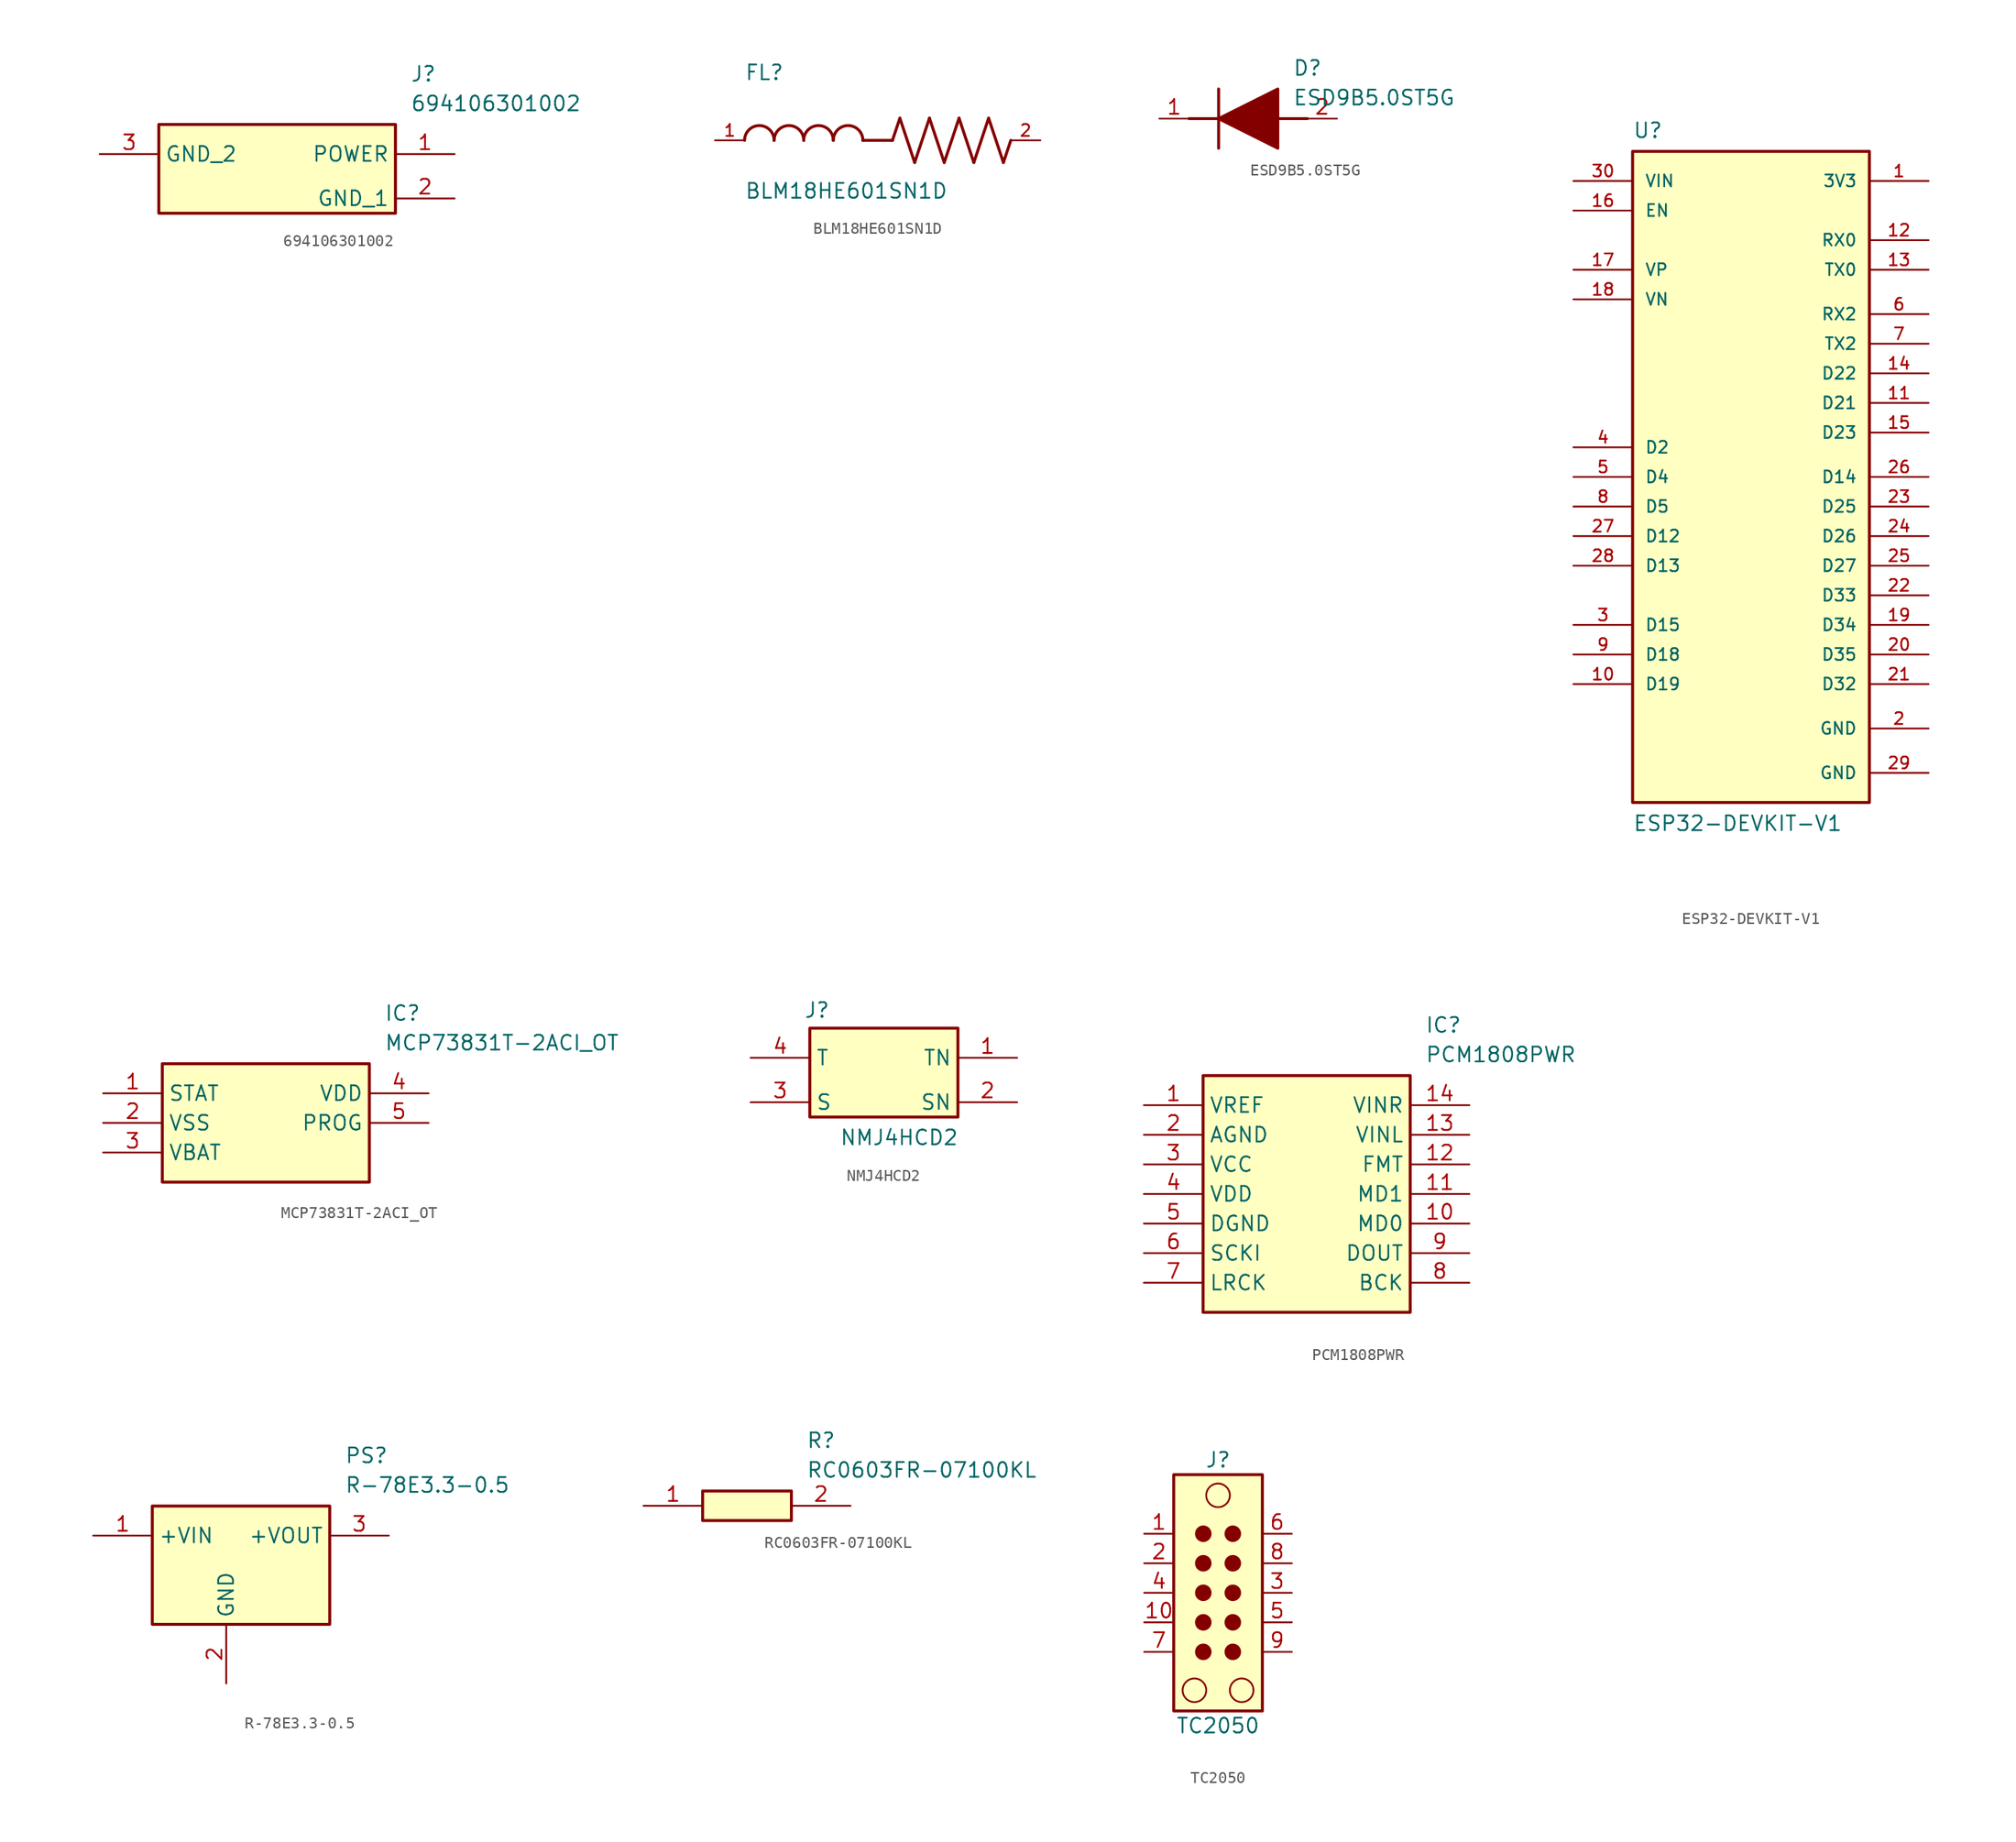
<source format=kicad_sym>
(kicad_symbol_lib
  (version 20241209)
  (generator "kicad_symbol_editor")
  (generator_version "9.0")
  (symbol "694106301002"
    (property "Reference" "J"
      (at 26.67 7.62 0)
      (effects (font (size 1.27 1.27)) (justify left top)))
    (property "Value" "694106301002"
      (at 26.67 5.08 0)
      (effects (font (size 1.27 1.27)) (justify left top)))
    (symbol "694106301002_1_1"
      (rectangle (start 5.08 2.54) (end 25.4 -5.08) (stroke (width 0.254) (type default)) (fill (type background)))
      (pin passive line (at 0 0 0) (length 5.08) (name "GND_2" (effects (font (size 1.27 1.27)))) (number "3" (effects (font (size 1.27 1.27)))))
      (pin passive line (at 30.48 0 180) (length 5.08) (name "POWER" (effects (font (size 1.27 1.27)))) (number "1" (effects (font (size 1.27 1.27)))))
      (pin passive line (at 30.48 -3.81 180) (length 5.08) (name "GND_1" (effects (font (size 1.27 1.27)))) (number "2" (effects (font (size 1.27 1.27)))))))
  (symbol "BLM18HE601SN1D"
    (pin_names
      (offset 1.016))
    (property "Reference" "FL"
      (at -12.704 5.082 0)
      (effects (font (size 1.27 1.27)) (justify left bottom)))
    (property "Value" "BLM18HE601SN1D"
      (at -12.71 -5.087 0)
      (effects (font (size 1.27 1.27)) (justify left bottom)))
    (symbol "BLM18HE601SN1D_0_0"
      (arc (start -12.7 0) (mid -11.43 1.2645) (end -10.16 0) (stroke (width 0.254) (type default)) (fill (type none)))
      (arc (start -10.16 0) (mid -8.89 1.2645) (end -7.62 0) (stroke (width 0.254) (type default)) (fill (type none)))
      (arc (start -7.62 0) (mid -6.35 1.2645) (end -5.08 0) (stroke (width 0.254) (type default)) (fill (type none)))
      (arc (start -5.08 0) (mid -3.81 1.2645) (end -2.54 0) (stroke (width 0.254) (type default)) (fill (type none)))
      (polyline (pts (xy 0 0) (xy -2.54 0)) (stroke (width 0.254) (type default)) (fill (type none)))
      (polyline (pts (xy 0 0) (xy 0.635 1.905)) (stroke (width 0.254) (type default)) (fill (type none)))
      (polyline (pts (xy 0.635 1.905) (xy 1.905 -1.905)) (stroke (width 0.254) (type default)) (fill (type none)))
      (polyline (pts (xy 1.905 -1.905) (xy 3.175 1.905)) (stroke (width 0.254) (type default)) (fill (type none)))
      (polyline (pts (xy 3.175 1.905) (xy 4.445 -1.905)) (stroke (width 0.254) (type default)) (fill (type none)))
      (polyline (pts (xy 4.445 -1.905) (xy 5.715 1.905)) (stroke (width 0.254) (type default)) (fill (type none)))
      (polyline (pts (xy 5.715 1.905) (xy 6.985 -1.905)) (stroke (width 0.254) (type default)) (fill (type none)))
      (polyline (pts (xy 6.985 -1.905) (xy 8.255 1.905)) (stroke (width 0.254) (type default)) (fill (type none)))
      (polyline (pts (xy 8.255 1.905) (xy 9.525 -1.905)) (stroke (width 0.254) (type default)) (fill (type none)))
      (polyline (pts (xy 9.525 -1.905) (xy 10.16 0)) (stroke (width 0.254) (type default)) (fill (type none)))
      (pin passive line (at -15.24 0 0) (length 2.54) (name "~" (effects (font (size 1.016 1.016)))) (number "1" (effects (font (size 1.016 1.016)))))
      (pin passive line (at 12.7 0 180) (length 2.54) (name "~" (effects (font (size 1.016 1.016)))) (number "2" (effects (font (size 1.016 1.016)))))))
  (symbol "ESD9B5.0ST5G"
    (pin_names
      (hide yes))
    (property "Reference" "D"
      (at 11.43 5.08 0)
      (effects (font (size 1.27 1.27)) (justify left top)))
    (property "Value" "ESD9B5.0ST5G"
      (at 11.43 2.54 0)
      (effects (font (size 1.27 1.27)) (justify left top)))
    (symbol "ESD9B5.0ST5G_1_1"
      (polyline (pts (xy 2.54 0) (xy 5.08 0)) (stroke (width 0.254) (type default)) (fill (type none)))
      (polyline (pts (xy 5.08 2.54) (xy 5.08 -2.54)) (stroke (width 0.254) (type default)) (fill (type none)))
      (polyline (pts (xy 5.08 0) (xy 10.16 2.54) (xy 10.16 -2.54) (xy 5.08 0)) (stroke (width 0.254) (type default)) (fill (type outline)))
      (polyline (pts (xy 10.16 0) (xy 12.7 0)) (stroke (width 0.254) (type default)) (fill (type none)))
      (pin passive line (at 0 0 0) (length 2.54) (name "K" (effects (font (size 1.27 1.27)))) (number "1" (effects (font (size 1.27 1.27)))))
      (pin passive line (at 15.24 0 180) (length 2.54) (name "A" (effects (font (size 1.27 1.27)))) (number "2" (effects (font (size 1.27 1.27)))))))
  (symbol "ESP32-DEVKIT-V1"
    (pin_names
      (offset 1.016))
    (property "Reference" "U"
      (at -10.16 30.48 0)
      (effects (font (size 1.27 1.27)) (justify left top)))
    (property "Value" "ESP32-DEVKIT-V1"
      (at -10.16 -30.48 0)
      (effects (font (size 1.27 1.27)) (justify left bottom)))
    (symbol "ESP32-DEVKIT-V1_0_0"
      (rectangle (start -10.16 -27.94) (end 10.16 27.94) (stroke (width 0.254) (type default)) (fill (type background)))
      (pin input line (at -15.24 25.4 0) (length 5.08) (name "VIN" (effects (font (size 1.016 1.016)))) (number "30" (effects (font (size 1.016 1.016)))))
      (pin input line (at -15.24 22.86 0) (length 5.08) (name "EN" (effects (font (size 1.016 1.016)))) (number "16" (effects (font (size 1.016 1.016)))))
      (pin bidirectional line (at -15.24 17.78 0) (length 5.08) (name "VP" (effects (font (size 1.016 1.016)))) (number "17" (effects (font (size 1.016 1.016)))))
      (pin bidirectional line (at -15.24 15.24 0) (length 5.08) (name "VN" (effects (font (size 1.016 1.016)))) (number "18" (effects (font (size 1.016 1.016)))))
      (pin bidirectional line (at -15.24 2.54 0) (length 5.08) (name "D2" (effects (font (size 1.016 1.016)))) (number "4" (effects (font (size 1.016 1.016)))))
      (pin bidirectional line (at -15.24 0 0) (length 5.08) (name "D4" (effects (font (size 1.016 1.016)))) (number "5" (effects (font (size 1.016 1.016)))))
      (pin bidirectional line (at -15.24 -2.54 0) (length 5.08) (name "D5" (effects (font (size 1.016 1.016)))) (number "8" (effects (font (size 1.016 1.016)))))
      (pin bidirectional line (at -15.24 -5.08 0) (length 5.08) (name "D12" (effects (font (size 1.016 1.016)))) (number "27" (effects (font (size 1.016 1.016)))))
      (pin bidirectional line (at -15.24 -7.62 0) (length 5.08) (name "D13" (effects (font (size 1.016 1.016)))) (number "28" (effects (font (size 1.016 1.016)))))
      (pin bidirectional line (at -15.24 -12.7 0) (length 5.08) (name "D15" (effects (font (size 1.016 1.016)))) (number "3" (effects (font (size 1.016 1.016)))))
      (pin bidirectional line (at -15.24 -15.24 0) (length 5.08) (name "D18" (effects (font (size 1.016 1.016)))) (number "9" (effects (font (size 1.016 1.016)))))
      (pin bidirectional line (at -15.24 -17.78 0) (length 5.08) (name "D19" (effects (font (size 1.016 1.016)))) (number "10" (effects (font (size 1.016 1.016)))))
      (pin input line (at 15.24 20.32 180) (length 5.08) (name "RX0" (effects (font (size 1.016 1.016)))) (number "12" (effects (font (size 1.016 1.016)))))
      (pin output line (at 15.24 17.78 180) (length 5.08) (name "TX0" (effects (font (size 1.016 1.016)))) (number "13" (effects (font (size 1.016 1.016)))))
      (pin input line (at 15.24 13.97 180) (length 5.08) (name "RX2" (effects (font (size 1.016 1.016)))) (number "6" (effects (font (size 1.016 1.016)))))
      (pin output line (at 15.24 11.43 180) (length 5.08) (name "TX2" (effects (font (size 1.016 1.016)))) (number "7" (effects (font (size 1.016 1.016)))))
      (pin bidirectional line (at 15.24 8.89 180) (length 5.08) (name "D22" (effects (font (size 1.016 1.016)))) (number "14" (effects (font (size 1.016 1.016)))))
      (pin bidirectional line (at 15.24 3.81 180) (length 5.08) (name "D23" (effects (font (size 1.016 1.016)))) (number "15" (effects (font (size 1.016 1.016)))))
      (pin bidirectional line (at 15.24 -2.54 180) (length 5.08) (name "D25" (effects (font (size 1.016 1.016)))) (number "23" (effects (font (size 1.016 1.016)))))
      (pin bidirectional line (at 15.24 -5.08 180) (length 5.08) (name "D26" (effects (font (size 1.016 1.016)))) (number "24" (effects (font (size 1.016 1.016)))))
      (pin bidirectional line (at 15.24 -7.62 180) (length 5.08) (name "D27" (effects (font (size 1.016 1.016)))) (number "25" (effects (font (size 1.016 1.016)))))
      (pin bidirectional line (at 15.24 -10.16 180) (length 5.08) (name "D33" (effects (font (size 1.016 1.016)))) (number "22" (effects (font (size 1.016 1.016)))))
      (pin bidirectional line (at 15.24 -12.7 180) (length 5.08) (name "D34" (effects (font (size 1.016 1.016)))) (number "19" (effects (font (size 1.016 1.016)))))
      (pin bidirectional line (at 15.24 -15.24 180) (length 5.08) (name "D35" (effects (font (size 1.016 1.016)))) (number "20" (effects (font (size 1.016 1.016)))))
      (pin bidirectional line (at 15.24 -17.78 180) (length 5.08) (name "D32" (effects (font (size 1.016 1.016)))) (number "21" (effects (font (size 1.016 1.016)))))
      (pin power_in line (at 15.24 -21.59 180) (length 5.08) (name "GND" (effects (font (size 1.016 1.016)))) (number "2" (effects (font (size 1.016 1.016)))))
      (pin power_in line (at 15.24 -25.4 180) (length 5.08) (name "GND" (effects (font (size 1.016 1.016)))) (number "29" (effects (font (size 1.016 1.016))))))
    (symbol "ESP32-DEVKIT-V1_1_0"
      (pin power_out line (at 15.24 25.4 180) (length 5.08) (name "3V3" (effects (font (size 1.016 1.016)))) (number "1" (effects (font (size 1.016 1.016)))))
      (pin bidirectional line (at 15.24 6.35 180) (length 5.08) (name "D21" (effects (font (size 1.016 1.016)))) (number "11" (effects (font (size 1.016 1.016)))))
      (pin bidirectional line (at 15.24 0 180) (length 5.08) (name "D14" (effects (font (size 1.016 1.016)))) (number "26" (effects (font (size 1.016 1.016)))))))
  (symbol "MCP73831T-2ACI_OT"
    (property "Reference" "IC"
      (at 24.13 7.62 0)
      (effects (font (size 1.27 1.27)) (justify left top)))
    (property "Value" "MCP73831T-2ACI_OT"
      (at 24.13 5.08 0)
      (effects (font (size 1.27 1.27)) (justify left top)))
    (symbol "MCP73831T-2ACI_OT_1_1"
      (rectangle (start 5.08 2.54) (end 22.86 -7.62) (stroke (width 0.254) (type default)) (fill (type background)))
      (pin passive line (at 0 0 0) (length 5.08) (name "STAT" (effects (font (size 1.27 1.27)))) (number "1" (effects (font (size 1.27 1.27)))))
      (pin passive line (at 0 -2.54 0) (length 5.08) (name "VSS" (effects (font (size 1.27 1.27)))) (number "2" (effects (font (size 1.27 1.27)))))
      (pin passive line (at 0 -5.08 0) (length 5.08) (name "VBAT" (effects (font (size 1.27 1.27)))) (number "3" (effects (font (size 1.27 1.27)))))
      (pin passive line (at 27.94 0 180) (length 5.08) (name "VDD" (effects (font (size 1.27 1.27)))) (number "4" (effects (font (size 1.27 1.27)))))
      (pin passive line (at 27.94 -2.54 180) (length 5.08) (name "PROG" (effects (font (size 1.27 1.27)))) (number "5" (effects (font (size 1.27 1.27)))))))
  (symbol "NMJ4HCD2"
    (property "Reference" "J"
      (at 4.572 4.826 0)
      (effects (font (size 1.27 1.27)) (justify left top)))
    (property "Value" "NMJ4HCD2"
      (at 7.62 -6.096 0)
      (effects (font (size 1.27 1.27)) (justify left top)))
    (symbol "NMJ4HCD2_1_1"
      (rectangle (start 5.08 2.54) (end 17.78 -5.08) (stroke (width 0.254) (type default)) (fill (type background)))
      (pin passive line (at 0 0 0) (length 5.08) (name "T" (effects (font (size 1.27 1.27)))) (number "4" (effects (font (size 1.27 1.27)))))
      (pin passive line (at 0 -3.81 0) (length 5.08) (name "S" (effects (font (size 1.27 1.27)))) (number "3" (effects (font (size 1.27 1.27)))))
      (pin passive line (at 22.86 0 180) (length 5.08) (name "TN" (effects (font (size 1.27 1.27)))) (number "1" (effects (font (size 1.27 1.27)))))
      (pin passive line (at 22.86 -3.81 180) (length 5.08) (name "SN" (effects (font (size 1.27 1.27)))) (number "2" (effects (font (size 1.27 1.27)))))))
  (symbol "PCM1808PWR"
    (property "Reference" "IC"
      (at 24.13 7.62 0)
      (effects (font (size 1.27 1.27)) (justify left top)))
    (property "Value" "PCM1808PWR"
      (at 24.13 5.08 0)
      (effects (font (size 1.27 1.27)) (justify left top)))
    (symbol "PCM1808PWR_1_1"
      (rectangle (start 5.08 2.54) (end 22.86 -17.78) (stroke (width 0.254) (type default)) (fill (type background)))
      (pin passive line (at 0 0 0) (length 5.08) (name "VREF" (effects (font (size 1.27 1.27)))) (number "1" (effects (font (size 1.27 1.27)))))
      (pin passive line (at 0 -2.54 0) (length 5.08) (name "AGND" (effects (font (size 1.27 1.27)))) (number "2" (effects (font (size 1.27 1.27)))))
      (pin passive line (at 0 -5.08 0) (length 5.08) (name "VCC" (effects (font (size 1.27 1.27)))) (number "3" (effects (font (size 1.27 1.27)))))
      (pin passive line (at 0 -7.62 0) (length 5.08) (name "VDD" (effects (font (size 1.27 1.27)))) (number "4" (effects (font (size 1.27 1.27)))))
      (pin passive line (at 0 -10.16 0) (length 5.08) (name "DGND" (effects (font (size 1.27 1.27)))) (number "5" (effects (font (size 1.27 1.27)))))
      (pin passive line (at 0 -12.7 0) (length 5.08) (name "SCKI" (effects (font (size 1.27 1.27)))) (number "6" (effects (font (size 1.27 1.27)))))
      (pin passive line (at 0 -15.24 0) (length 5.08) (name "LRCK" (effects (font (size 1.27 1.27)))) (number "7" (effects (font (size 1.27 1.27)))))
      (pin passive line (at 27.94 0 180) (length 5.08) (name "VINR" (effects (font (size 1.27 1.27)))) (number "14" (effects (font (size 1.27 1.27)))))
      (pin passive line (at 27.94 -2.54 180) (length 5.08) (name "VINL" (effects (font (size 1.27 1.27)))) (number "13" (effects (font (size 1.27 1.27)))))
      (pin passive line (at 27.94 -5.08 180) (length 5.08) (name "FMT" (effects (font (size 1.27 1.27)))) (number "12" (effects (font (size 1.27 1.27)))))
      (pin passive line (at 27.94 -7.62 180) (length 5.08) (name "MD1" (effects (font (size 1.27 1.27)))) (number "11" (effects (font (size 1.27 1.27)))))
      (pin passive line (at 27.94 -10.16 180) (length 5.08) (name "MD0" (effects (font (size 1.27 1.27)))) (number "10" (effects (font (size 1.27 1.27)))))
      (pin passive line (at 27.94 -12.7 180) (length 5.08) (name "DOUT" (effects (font (size 1.27 1.27)))) (number "9" (effects (font (size 1.27 1.27)))))
      (pin passive line (at 27.94 -15.24 180) (length 5.08) (name "BCK" (effects (font (size 1.27 1.27)))) (number "8" (effects (font (size 1.27 1.27)))))))
  (symbol "R-78E3.3-0.5"
    (property "Reference" "PS"
      (at 21.59 7.62 0)
      (effects (font (size 1.27 1.27)) (justify left top)))
    (property "Value" "R-78E3.3-0.5"
      (at 21.59 5.08 0)
      (effects (font (size 1.27 1.27)) (justify left top)))
    (symbol "R-78E3.3-0.5_1_1"
      (rectangle (start 5.08 2.54) (end 20.32 -7.62) (stroke (width 0.254) (type default)) (fill (type background)))
      (pin passive line (at 0 0 0) (length 5.08) (name "+VIN" (effects (font (size 1.27 1.27)))) (number "1" (effects (font (size 1.27 1.27)))))
      (pin passive line (at 11.43 -12.7 90) (length 5.08) (name "GND" (effects (font (size 1.27 1.27)))) (number "2" (effects (font (size 1.27 1.27)))))
      (pin passive line (at 25.4 0 180) (length 5.08) (name "+VOUT" (effects (font (size 1.27 1.27)))) (number "3" (effects (font (size 1.27 1.27)))))))
  (symbol "RC0603FR-07100KL"
    (pin_names
      (hide yes))
    (property "Reference" "R"
      (at 13.97 6.35 0)
      (effects (font (size 1.27 1.27)) (justify left top)))
    (property "Value" "RC0603FR-07100KL"
      (at 13.97 3.81 0)
      (effects (font (size 1.27 1.27)) (justify left top)))
    (symbol "RC0603FR-07100KL_1_1"
      (rectangle (start 5.08 1.27) (end 12.7 -1.27) (stroke (width 0.254) (type default)) (fill (type background)))
      (pin passive line (at 0 0 0) (length 5.08) (name "1" (effects (font (size 1.27 1.27)))) (number "1" (effects (font (size 1.27 1.27)))))
      (pin passive line (at 17.78 0 180) (length 5.08) (name "2" (effects (font (size 1.27 1.27)))) (number "2" (effects (font (size 1.27 1.27)))))))
  (symbol "TC2050"
    (property "Reference" "J"
      (at 1.27 11.43 0)
      (effects (font (size 1.27 1.27))))
    (property "Value" "TC2050"
      (at 1.27 -11.43 0)
      (effects (font (size 1.27 1.27))))
    (symbol "TC2050_1_1"
      (rectangle (start -2.54 10.16) (end 5.08 -10.16) (stroke (width 0.254) (type default)) (fill (type background)))
      (circle (center -0.762 -8.382) (radius 1.016) (stroke (width 0) (type default)) (fill (type none)))
      (circle (center 0 5.08) (radius 0.635) (stroke (width 0) (type default)) (fill (type outline)))
      (circle (center 0 2.54) (radius 0.635) (stroke (width 0) (type default)) (fill (type outline)))
      (circle (center 0 0) (radius 0.635) (stroke (width 0) (type default)) (fill (type outline)))
      (circle (center 0 -2.54) (radius 0.635) (stroke (width 0) (type default)) (fill (type outline)))
      (circle (center 0 -5.08) (radius 0.635) (stroke (width 0) (type default)) (fill (type outline)))
      (circle (center 1.27 8.382) (radius 1.016) (stroke (width 0) (type default)) (fill (type none)))
      (circle (center 2.54 5.08) (radius 0.635) (stroke (width 0) (type default)) (fill (type outline)))
      (circle (center 2.54 2.54) (radius 0.635) (stroke (width 0) (type default)) (fill (type outline)))
      (circle (center 2.54 0) (radius 0.635) (stroke (width 0) (type default)) (fill (type outline)))
      (circle (center 2.54 -2.54) (radius 0.635) (stroke (width 0) (type default)) (fill (type outline)))
      (circle (center 2.54 -5.08) (radius 0.635) (stroke (width 0) (type default)) (fill (type outline)))
      (circle (center 3.302 -8.382) (radius 1.016) (stroke (width 0) (type default)) (fill (type none)))
      (pin passive line (at -5.08 5.08 0) (length 2.54) (name "~" (effects (font (size 1.27 1.27)))) (number "1" (effects (font (size 1.27 1.27)))))
      (pin passive line (at -5.08 2.54 0) (length 2.54) (name "~" (effects (font (size 1.27 1.27)))) (number "2" (effects (font (size 1.27 1.27)))))
      (pin passive line (at -5.08 0 0) (length 2.54) (name "~" (effects (font (size 1.27 1.27)))) (number "4" (effects (font (size 1.27 1.27)))))
      (pin passive line (at -5.08 -2.54 0) (length 2.54) (name "~" (effects (font (size 1.27 1.27)))) (number "10" (effects (font (size 1.27 1.27)))))
      (pin passive line (at -5.08 -5.08 0) (length 2.54) (name "~" (effects (font (size 1.27 1.27)))) (number "7" (effects (font (size 1.27 1.27)))))
      (pin passive line (at 7.62 5.08 180) (length 2.54) (name "~" (effects (font (size 1.27 1.27)))) (number "6" (effects (font (size 1.27 1.27)))))
      (pin passive line (at 7.62 2.54 180) (length 2.54) (name "~" (effects (font (size 1.27 1.27)))) (number "8" (effects (font (size 1.27 1.27)))))
      (pin passive line (at 7.62 0 180) (length 2.54) (name "~" (effects (font (size 1.27 1.27)))) (number "3" (effects (font (size 1.27 1.27)))))
      (pin passive line (at 7.62 -2.54 180) (length 2.54) (name "~" (effects (font (size 1.27 1.27)))) (number "5" (effects (font (size 1.27 1.27)))))
      (pin passive line (at 7.62 -5.08 180) (length 2.54) (name "~" (effects (font (size 1.27 1.27)))) (number "9" (effects (font (size 1.27 1.27))))))))
</source>
